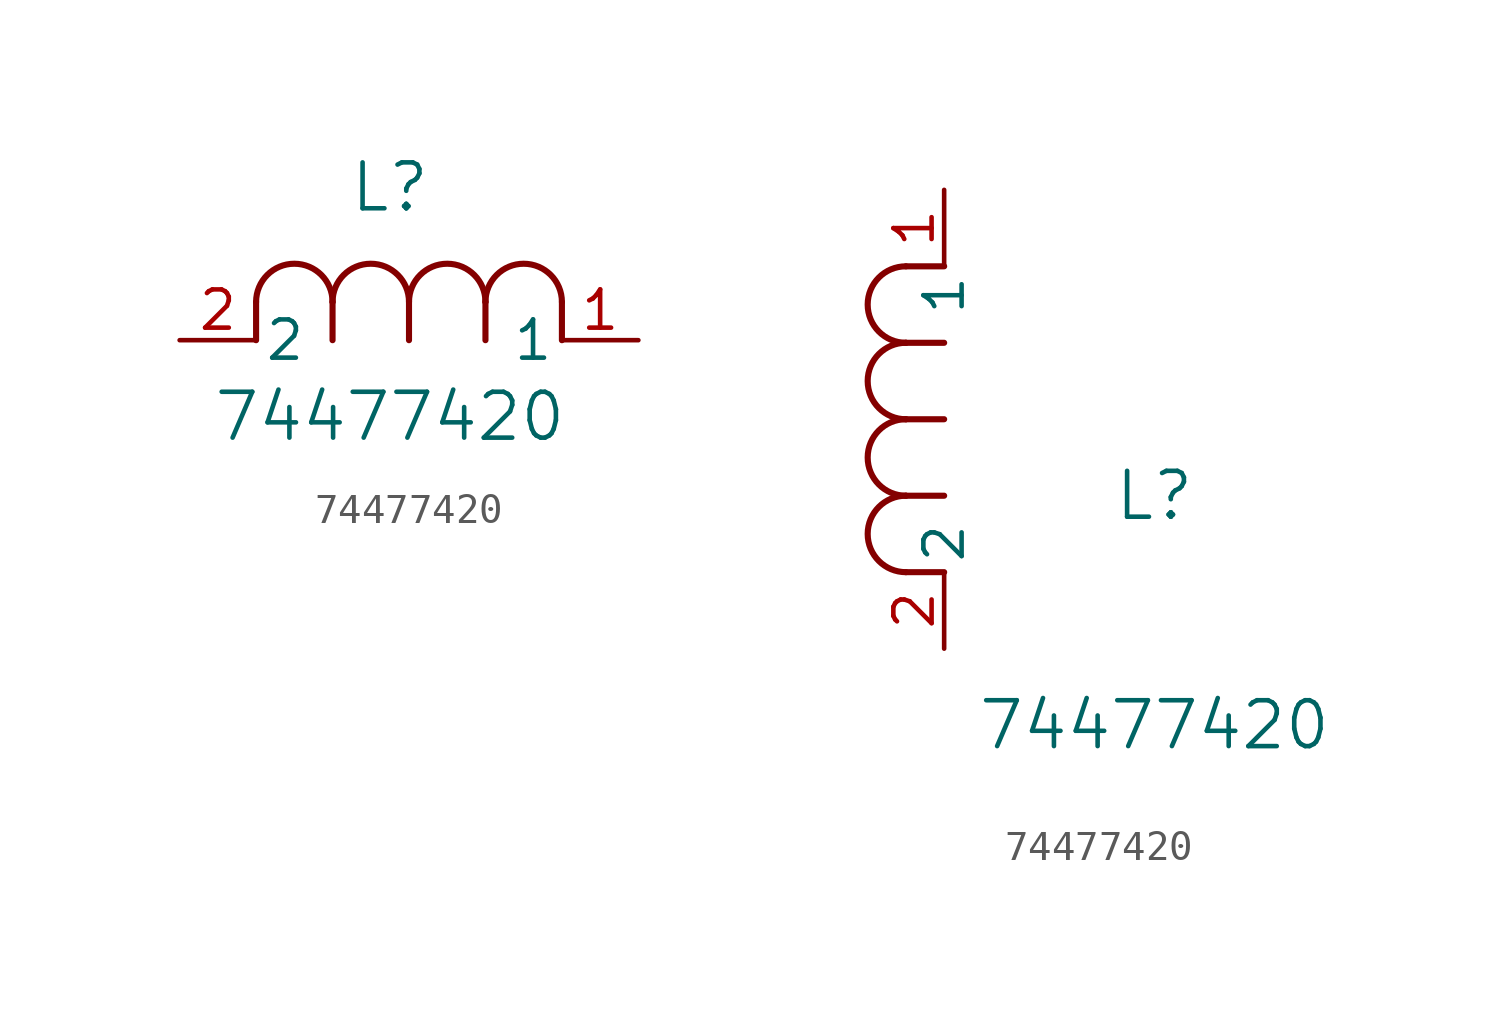
<source format=kicad_sym>
(kicad_symbol_lib
  (version 20211014)
  (generator kicad_symbol_editor)
  (symbol "74477420"
    (pin_names
      (offset 0.254))
    (property "Reference" "L"
      (at 6.985 5.08 0)
      (effects (font (size 1.524 1.524))))
    (property "Value" "74477420"
      (at 6.985 -2.54 0)
      (effects (font (size 1.524 1.524))))
    (symbol "74477420_1_1"
      (arc (start 7.62 1.27) (mid 6.35 2.54) (end 5.08 1.27) (stroke (width 0.2032) (type default) (color 0 0 0 0)) (fill (type none)))
      (polyline (pts (xy 5.08 0) (xy 5.08 1.27)) (stroke (width 0.203) (type default) (color 0 0 0 0)) (fill (type none)))
      (polyline (pts (xy 7.62 0) (xy 7.62 1.27)) (stroke (width 0.203) (type default) (color 0 0 0 0)) (fill (type none)))
      (polyline (pts (xy 12.7 0) (xy 12.7 1.27)) (stroke (width 0.203) (type default) (color 0 0 0 0)) (fill (type none)))
      (arc (start 5.08 1.27) (mid 3.81 2.54) (end 2.54 1.27) (stroke (width 0.2032) (type default) (color 0 0 0 0)) (fill (type none)))
      (arc (start 10.16 1.27) (mid 8.89 2.54) (end 7.62 1.27) (stroke (width 0.2032) (type default) (color 0 0 0 0)) (fill (type none)))
      (arc (start 12.7 1.27) (mid 11.43 2.54) (end 10.16 1.27) (stroke (width 0.2032) (type default) (color 0 0 0 0)) (fill (type none)))
      (polyline (pts (xy 2.54 0) (xy 2.54 1.27)) (stroke (width 0.203) (type default) (color 0 0 0 0)) (fill (type none)))
      (polyline (pts (xy 10.16 0) (xy 10.16 1.27)) (stroke (width 0.203) (type default) (color 0 0 0 0)) (fill (type none)))
      (pin unspecified line (at 0 0 0) (length 2.54) (name "2" (effects (font (size 1.27 1.27)))) (number "2" (effects (font (size 1.27 1.27)))))
      (pin unspecified line (at 15.24 0 180) (length 2.54) (name "1" (effects (font (size 1.27 1.27)))) (number "1" (effects (font (size 1.27 1.27))))))
    (symbol "74477420_1_2"
      (arc (start -1.27 7.62) (mid -2.54 6.35) (end -1.27 5.08) (stroke (width 0.2032) (type default) (color 0 0 0 0)) (fill (type none)))
      (arc (start -1.27 5.08) (mid -2.54 3.81) (end -1.27 2.54) (stroke (width 0.2032) (type default) (color 0 0 0 0)) (fill (type none)))
      (arc (start -1.27 12.7) (mid -2.54 11.43) (end -1.27 10.16) (stroke (width 0.2032) (type default) (color 0 0 0 0)) (fill (type none)))
      (arc (start -1.27 10.16) (mid -2.54 8.89) (end -1.27 7.62) (stroke (width 0.2032) (type default) (color 0 0 0 0)) (fill (type none)))
      (polyline (pts (xy 0 7.62) (xy -1.27 7.62)) (stroke (width 0.203) (type default) (color 0 0 0 0)) (fill (type none)))
      (polyline (pts (xy 0 5.08) (xy -1.27 5.08)) (stroke (width 0.203) (type default) (color 0 0 0 0)) (fill (type none)))
      (polyline (pts (xy 0 12.7) (xy -1.27 12.7)) (stroke (width 0.203) (type default) (color 0 0 0 0)) (fill (type none)))
      (polyline (pts (xy 0 2.54) (xy -1.27 2.54)) (stroke (width 0.203) (type default) (color 0 0 0 0)) (fill (type none)))
      (polyline (pts (xy 0 10.16) (xy -1.27 10.16)) (stroke (width 0.203) (type default) (color 0 0 0 0)) (fill (type none)))
      (pin unspecified line (at 0 0 90) (length 2.54) (name "2" (effects (font (size 1.27 1.27)))) (number "2" (effects (font (size 1.27 1.27)))))
      (pin unspecified line (at 0 15.24 270) (length 2.54) (name "1" (effects (font (size 1.27 1.27)))) (number "1" (effects (font (size 1.27 1.27))))))))
</source>
